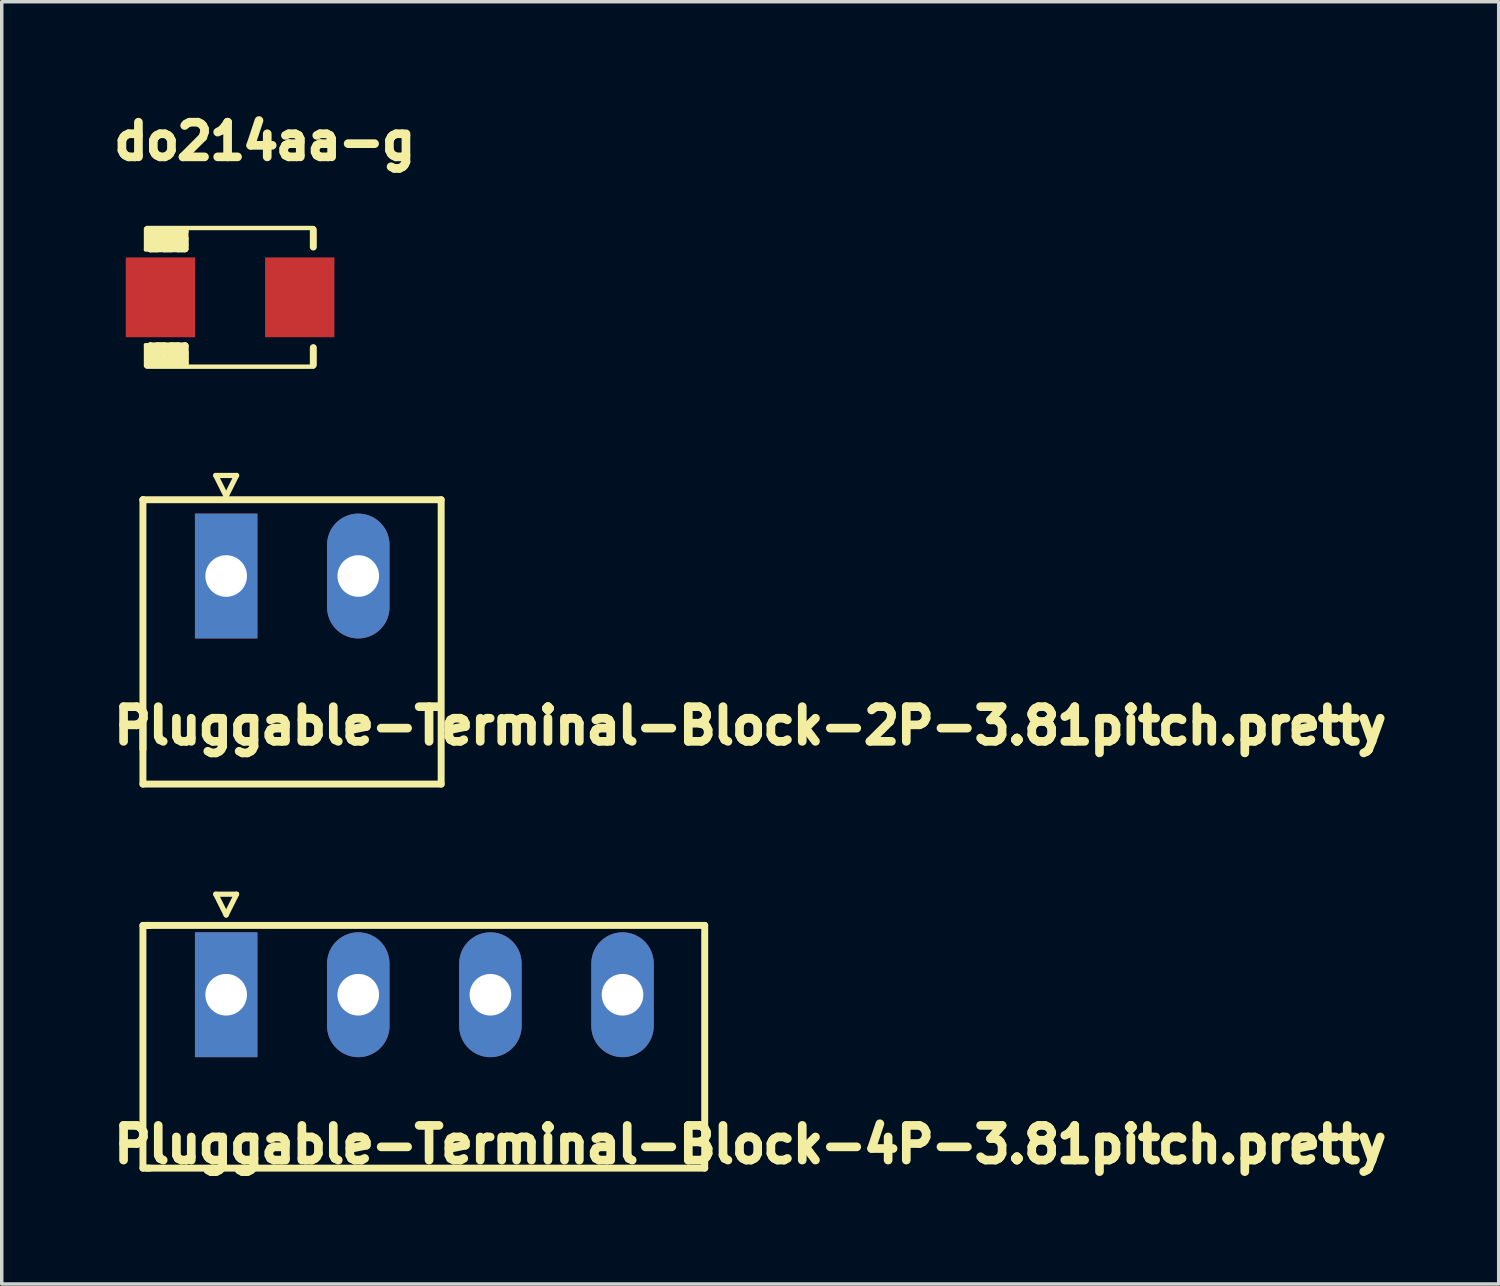
<source format=kicad_pcb>
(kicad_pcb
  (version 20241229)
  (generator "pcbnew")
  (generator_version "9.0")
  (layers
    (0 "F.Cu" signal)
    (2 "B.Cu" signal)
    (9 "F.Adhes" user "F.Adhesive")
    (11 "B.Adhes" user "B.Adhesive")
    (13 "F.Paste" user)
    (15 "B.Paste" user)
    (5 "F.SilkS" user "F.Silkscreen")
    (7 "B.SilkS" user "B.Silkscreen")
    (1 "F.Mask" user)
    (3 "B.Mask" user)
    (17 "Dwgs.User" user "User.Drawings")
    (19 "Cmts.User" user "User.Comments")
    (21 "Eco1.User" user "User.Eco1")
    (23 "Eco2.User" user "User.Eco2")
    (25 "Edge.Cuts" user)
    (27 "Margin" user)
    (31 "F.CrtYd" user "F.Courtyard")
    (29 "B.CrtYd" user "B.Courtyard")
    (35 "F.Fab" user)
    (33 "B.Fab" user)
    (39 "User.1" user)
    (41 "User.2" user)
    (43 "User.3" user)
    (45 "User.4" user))
  (footprint "do214aa-g"
    (layer "F.Cu")
    (at 3.585 5.524)
    (property "Reference" "do214aa-g" (at 1 -4.5 0) (layer "F.SilkS") (effects (font (size 1 1) (thickness 0.25))))
    (attr through_hole)
    (fp_line (start -2.438 -1.981) (end -2.438 -1.372) (stroke (width 0.1) (type solid)) (layer "F.SilkS"))
    (fp_line (start -2.438 -1.372) (end -2.388 -1.372) (stroke (width 0.1) (type solid)) (layer "F.SilkS"))
    (fp_line (start -2.438 1.372) (end -2.388 1.372) (stroke (width 0.1) (type solid)) (layer "F.SilkS"))
    (fp_line (start -2.438 1.981) (end -2.438 1.372) (stroke (width 0.1) (type solid)) (layer "F.SilkS"))
    (fp_line (start -2.4 -1.999) (end 2.4 -1.999) (stroke (width 0.127) (type solid)) (layer "F.SilkS"))
    (fp_line (start -2.388 -1.372) (end -2.388 -1.981) (stroke (width 0.1) (type solid)) (layer "F.SilkS"))
    (fp_line (start -2.388 1.372) (end -2.388 1.981) (stroke (width 0.1) (type solid)) (layer "F.SilkS"))
    (fp_line (start -2.3 -1.9) (end -2.3 -1.7) (stroke (width 0.2) (type solid)) (layer "F.SilkS"))
    (fp_line (start -2.3 -1.9) (end -2.3 -1.4) (stroke (width 0.2) (type solid)) (layer "F.SilkS"))
    (fp_line (start -2.3 -1.7) (end -1.3 -1.7) (stroke (width 0.2) (type solid)) (layer "F.SilkS"))
    (fp_line (start -2.3 -1.5) (end -2.3 -1.4) (stroke (width 0.2) (type solid)) (layer "F.SilkS"))
    (fp_line (start -2.3 -1.4) (end -2.1 -1.4) (stroke (width 0.2) (type solid)) (layer "F.SilkS"))
    (fp_line (start -2.3 -1.4) (end -1.3 -1.4) (stroke (width 0.2) (type solid)) (layer "F.SilkS"))
    (fp_line (start -2.3 1.4) (end -2.3 1.6) (stroke (width 0.2) (type solid)) (layer "F.SilkS"))
    (fp_line (start -2.3 1.4) (end -2.3 1.9) (stroke (width 0.2) (type solid)) (layer "F.SilkS"))
    (fp_line (start -2.3 1.6) (end -1.3 1.6) (stroke (width 0.2) (type solid)) (layer "F.SilkS"))
    (fp_line (start -2.3 1.8) (end -2.3 1.9) (stroke (width 0.2) (type solid)) (layer "F.SilkS"))
    (fp_line (start -2.3 1.9) (end -2.1 1.9) (stroke (width 0.2) (type solid)) (layer "F.SilkS"))
    (fp_line (start -2.3 1.9) (end -1.3 1.9) (stroke (width 0.2) (type solid)) (layer "F.SilkS"))
    (fp_line (start -2.1 -1.9) (end -1.9 -1.9) (stroke (width 0.2) (type solid)) (layer "F.SilkS"))
    (fp_line (start -2.1 -1.4) (end -2.1 -1.9) (stroke (width 0.2) (type solid)) (layer "F.SilkS"))
    (fp_line (start -2.1 1.4) (end -1.9 1.4) (stroke (width 0.2) (type solid)) (layer "F.SilkS"))
    (fp_line (start -2.1 1.9) (end -2.1 1.4) (stroke (width 0.2) (type solid)) (layer "F.SilkS"))
    (fp_line (start -1.9 -1.9) (end -1.9 -1.4) (stroke (width 0.2) (type solid)) (layer "F.SilkS"))
    (fp_line (start -1.9 -1.4) (end -1.7 -1.4) (stroke (width 0.2) (type solid)) (layer "F.SilkS"))
    (fp_line (start -1.9 1.4) (end -1.9 1.9) (stroke (width 0.2) (type solid)) (layer "F.SilkS"))
    (fp_line (start -1.9 1.9) (end -1.7 1.9) (stroke (width 0.2) (type solid)) (layer "F.SilkS"))
    (fp_line (start -1.7 -1.9) (end -1.5 -1.9) (stroke (width 0.2) (type solid)) (layer "F.SilkS"))
    (fp_line (start -1.7 -1.4) (end -1.7 -1.9) (stroke (width 0.2) (type solid)) (layer "F.SilkS"))
    (fp_line (start -1.7 1.4) (end -1.5 1.4) (stroke (width 0.2) (type solid)) (layer "F.SilkS"))
    (fp_line (start -1.7 1.9) (end -1.7 1.4) (stroke (width 0.2) (type solid)) (layer "F.SilkS"))
    (fp_line (start -1.5 -1.9) (end -1.5 -1.4) (stroke (width 0.2) (type solid)) (layer "F.SilkS"))
    (fp_line (start -1.5 -1.4) (end -1.3 -1.4) (stroke (width 0.2) (type solid)) (layer "F.SilkS"))
    (fp_line (start -1.5 1.4) (end -1.5 1.9) (stroke (width 0.2) (type solid)) (layer "F.SilkS"))
    (fp_line (start -1.5 1.9) (end -1.3 1.9) (stroke (width 0.2) (type solid)) (layer "F.SilkS"))
    (fp_line (start -1.3 -1.9) (end -2.3 -1.9) (stroke (width 0.2) (type solid)) (layer "F.SilkS"))
    (fp_line (start -1.3 -1.9) (end -1.3 -1.9) (stroke (width 0.2) (type solid)) (layer "F.SilkS"))
    (fp_line (start -1.3 -1.7) (end -1.3 -1.5) (stroke (width 0.2) (type solid)) (layer "F.SilkS"))
    (fp_line (start -1.3 -1.5) (end -2.3 -1.5) (stroke (width 0.2) (type solid)) (layer "F.SilkS"))
    (fp_line (start -1.3 -1.4) (end -1.3 -1.9) (stroke (width 0.2) (type solid)) (layer "F.SilkS"))
    (fp_line (start -1.3 1.4) (end -2.3 1.4) (stroke (width 0.2) (type solid)) (layer "F.SilkS"))
    (fp_line (start -1.3 1.4) (end -1.3 1.4) (stroke (width 0.2) (type solid)) (layer "F.SilkS"))
    (fp_line (start -1.3 1.6) (end -1.3 1.8) (stroke (width 0.2) (type solid)) (layer "F.SilkS"))
    (fp_line (start -1.3 1.8) (end -2.3 1.8) (stroke (width 0.2) (type solid)) (layer "F.SilkS"))
    (fp_line (start -1.3 1.9) (end -1.3 1.4) (stroke (width 0.2) (type solid)) (layer "F.SilkS"))
    (fp_line (start -1.3 1.9) (end -1.3 1.4) (stroke (width 0.2) (type solid)) (layer "F.SilkS"))
    (fp_line (start 2.4 -1.45) (end 2.4 -1.95) (stroke (width 0.2) (type solid)) (layer "F.SilkS"))
    (fp_line (start 2.4 1.95) (end 2.4 1.45) (stroke (width 0.2) (type solid)) (layer "F.SilkS"))
    (fp_line (start 2.4 1.999) (end -2.4 1.999) (stroke (width 0.127) (type solid)) (layer "F.SilkS"))
    (pad "1" smd rect (at -2.009 0) (size 1.999 2.301) (layers "F.Cu" "F.Mask" "F.Paste"))
    (pad "2" smd rect (at 2.009 0) (size 1.999 2.301) (layers "F.Cu" "F.Mask" "F.Paste")))
  (footprint "Pluggable-Terminal-Block-2P-3.81pitch.pretty"
    (layer "F.Cu")
    (at 3.472 13.561)
    (property "Reference" "Pluggable-Terminal-Block-2P-3.81pitch.pretty" (at 15.113 4.318 0) (layer "F.SilkS") (effects (font (size 1 1) (thickness 0.25))))
    (attr through_hole)
    (fp_line (start -2.4 -2.2) (end -2.4 -2.2) (stroke (width 0.2) (type solid)) (layer "F.SilkS"))
    (fp_line (start -2.4 -2.2) (end 6.2 -2.2) (stroke (width 0.2) (type solid)) (layer "F.SilkS"))
    (fp_line (start -2.4 4) (end -2.4 5) (stroke (width 0.2) (type solid)) (layer "F.SilkS"))
    (fp_line (start -2.4 6) (end -2.4 -2.2) (stroke (width 0.2) (type solid)) (layer "F.SilkS"))
    (fp_line (start -0.3 -2.9) (end 0 -2.3) (stroke (width 0.15) (type solid)) (layer "F.SilkS"))
    (fp_line (start 0 -2.3) (end 0.3 -2.9) (stroke (width 0.15) (type solid)) (layer "F.SilkS"))
    (fp_line (start 0.3 -2.9) (end -0.3 -2.9) (stroke (width 0.15) (type solid)) (layer "F.SilkS"))
    (fp_line (start 6.2 -2.2) (end 6.2 6) (stroke (width 0.2) (type solid)) (layer "F.SilkS"))
    (fp_line (start 6.2 6) (end -2.4 6) (stroke (width 0.2) (type solid)) (layer "F.SilkS"))
    (pad "1" thru_hole rect (at 0 0) (size 1.8 3.6) (drill 1.2) (layers "*.Cu" "*.Mask"))
    (pad "2" thru_hole oval (at 3.81 0) (size 1.8 3.6) (drill 1.2) (layers "*.Cu" "*.Mask")))
  (footprint "Pluggable-Terminal-Block-4P-3.81pitch.pretty"
    (layer "F.Cu")
    (at 3.472 25.636)
    (property "Reference" "Pluggable-Terminal-Block-4P-3.81pitch.pretty" (at 15.113 4.318 0) (layer "F.SilkS") (effects (font (size 1 1) (thickness 0.25))))
    (attr through_hole)
    (fp_line (start -2.4 -2) (end -2.4 4) (stroke (width 0.2) (type solid)) (layer "F.SilkS"))
    (fp_line (start -2.4 -2) (end -2.2 -2) (stroke (width 0.2) (type solid)) (layer "F.SilkS"))
    (fp_line (start -2.4 4) (end -2.4 5) (stroke (width 0.2) (type solid)) (layer "F.SilkS"))
    (fp_line (start -2.4 5) (end -2.2 5) (stroke (width 0.2) (type solid)) (layer "F.SilkS"))
    (fp_line (start -2.3 5) (end 13.8 5) (stroke (width 0.2) (type solid)) (layer "F.SilkS"))
    (fp_line (start -0.3 -2.9) (end 0 -2.3) (stroke (width 0.15) (type solid)) (layer "F.SilkS"))
    (fp_line (start 0 -2.3) (end 0.3 -2.9) (stroke (width 0.15) (type solid)) (layer "F.SilkS"))
    (fp_line (start 0.3 -2.9) (end -0.3 -2.9) (stroke (width 0.15) (type solid)) (layer "F.SilkS"))
    (fp_line (start 13.8 -2) (end -2.3 -2) (stroke (width 0.2) (type solid)) (layer "F.SilkS"))
    (fp_line (start 13.8 -2) (end 13.8 4) (stroke (width 0.2) (type solid)) (layer "F.SilkS"))
    (fp_line (start 13.8 4) (end 13.8 5) (stroke (width 0.2) (type solid)) (layer "F.SilkS"))
    (pad "1" thru_hole rect (at 0 0) (size 1.8 3.6) (drill 1.2) (layers "*.Cu" "*.Mask"))
    (pad "2" thru_hole oval (at 3.81 0) (size 1.8 3.6) (drill 1.2) (layers "*.Cu" "*.Mask"))
    (pad "3" thru_hole oval (at 7.62 0) (size 1.8 3.6) (drill 1.2) (layers "*.Cu" "*.Mask"))
    (pad "4" thru_hole oval (at 11.43 0) (size 1.8 3.6) (drill 1.2) (layers "*.Cu" "*.Mask")))
  (gr_rect
    (start -3 -3)
    (end 40.169 33.978)
    (stroke (width 0.1) (type default))
    (fill no)
    (layer "Edge.Cuts")))
</source>
